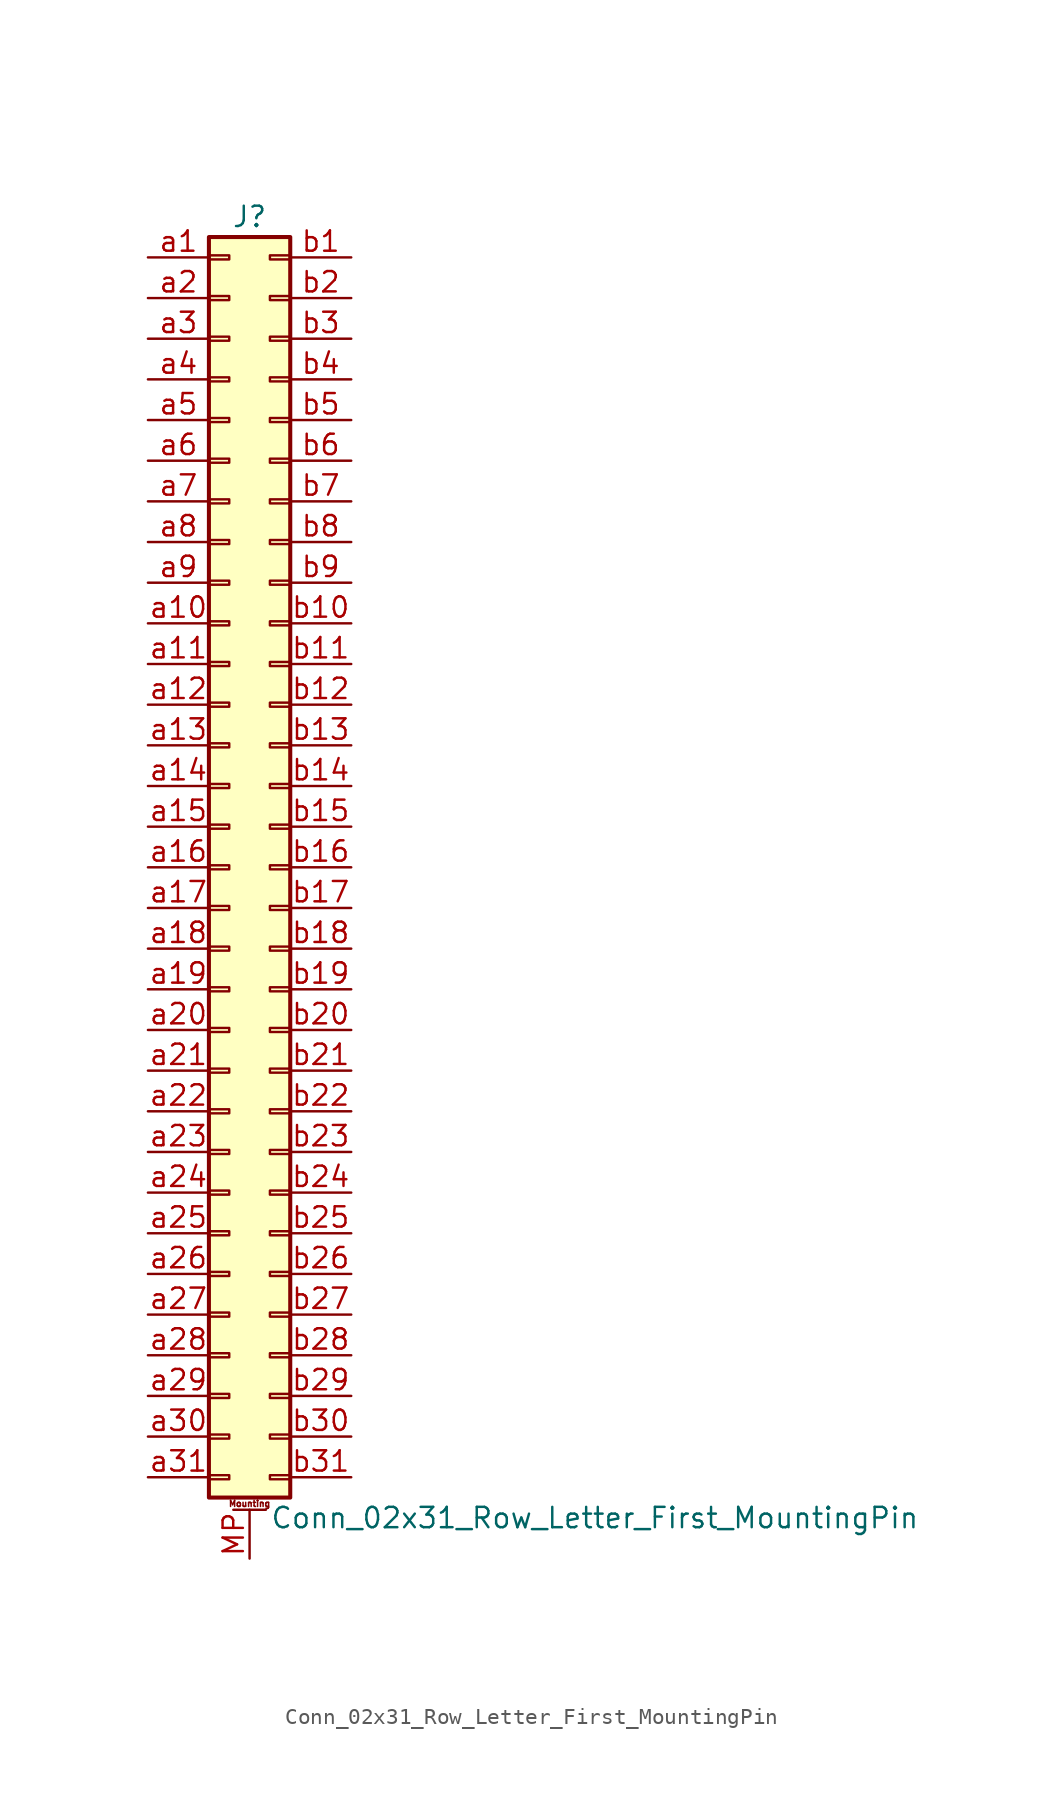
<source format=kicad_sym>
(kicad_symbol_lib
  (version 20220914)
  (generator kicad_symbol_editor)
  (symbol "Conn_02x31_Row_Letter_First_MountingPin"
    (pin_names
      (offset 1.016) hide)
    (property "Reference" "J"
      (at 1.27 40.64 0)
      (effects (font (size 1.27 1.27))))
    (property "Value" "Conn_02x31_Row_Letter_First_MountingPin"
      (at 2.54 -40.64 0)
      (effects (font (size 1.27 1.27)) (justify left)))
    (symbol "Conn_02x31_Row_Letter_First_MountingPin_1_1"
      (rectangle (start -1.27 -37.973) (end 0 -38.227) (stroke (width 0.152) (type default)) (fill (type none)))
      (rectangle (start -1.27 -35.433) (end 0 -35.687) (stroke (width 0.152) (type default)) (fill (type none)))
      (rectangle (start -1.27 -32.893) (end 0 -33.147) (stroke (width 0.152) (type default)) (fill (type none)))
      (rectangle (start -1.27 -30.353) (end 0 -30.607) (stroke (width 0.152) (type default)) (fill (type none)))
      (rectangle (start -1.27 -27.813) (end 0 -28.067) (stroke (width 0.152) (type default)) (fill (type none)))
      (rectangle (start -1.27 -25.273) (end 0 -25.527) (stroke (width 0.152) (type default)) (fill (type none)))
      (rectangle (start -1.27 -22.733) (end 0 -22.987) (stroke (width 0.152) (type default)) (fill (type none)))
      (rectangle (start -1.27 -20.193) (end 0 -20.447) (stroke (width 0.152) (type default)) (fill (type none)))
      (rectangle (start -1.27 -17.653) (end 0 -17.907) (stroke (width 0.152) (type default)) (fill (type none)))
      (rectangle (start -1.27 -15.113) (end 0 -15.367) (stroke (width 0.152) (type default)) (fill (type none)))
      (rectangle (start -1.27 -12.573) (end 0 -12.827) (stroke (width 0.152) (type default)) (fill (type none)))
      (rectangle (start -1.27 -10.033) (end 0 -10.287) (stroke (width 0.152) (type default)) (fill (type none)))
      (rectangle (start -1.27 -7.493) (end 0 -7.747) (stroke (width 0.152) (type default)) (fill (type none)))
      (rectangle (start -1.27 -4.953) (end 0 -5.207) (stroke (width 0.152) (type default)) (fill (type none)))
      (rectangle (start -1.27 -2.413) (end 0 -2.667) (stroke (width 0.152) (type default)) (fill (type none)))
      (rectangle (start -1.27 0.127) (end 0 -0.127) (stroke (width 0.152) (type default)) (fill (type none)))
      (rectangle (start -1.27 2.667) (end 0 2.413) (stroke (width 0.152) (type default)) (fill (type none)))
      (rectangle (start -1.27 5.207) (end 0 4.953) (stroke (width 0.152) (type default)) (fill (type none)))
      (rectangle (start -1.27 7.747) (end 0 7.493) (stroke (width 0.152) (type default)) (fill (type none)))
      (rectangle (start -1.27 10.287) (end 0 10.033) (stroke (width 0.152) (type default)) (fill (type none)))
      (rectangle (start -1.27 12.827) (end 0 12.573) (stroke (width 0.152) (type default)) (fill (type none)))
      (rectangle (start -1.27 15.367) (end 0 15.113) (stroke (width 0.152) (type default)) (fill (type none)))
      (rectangle (start -1.27 17.907) (end 0 17.653) (stroke (width 0.152) (type default)) (fill (type none)))
      (rectangle (start -1.27 20.447) (end 0 20.193) (stroke (width 0.152) (type default)) (fill (type none)))
      (rectangle (start -1.27 22.987) (end 0 22.733) (stroke (width 0.152) (type default)) (fill (type none)))
      (rectangle (start -1.27 25.527) (end 0 25.273) (stroke (width 0.152) (type default)) (fill (type none)))
      (rectangle (start -1.27 28.067) (end 0 27.813) (stroke (width 0.152) (type default)) (fill (type none)))
      (rectangle (start -1.27 30.607) (end 0 30.353) (stroke (width 0.152) (type default)) (fill (type none)))
      (rectangle (start -1.27 33.147) (end 0 32.893) (stroke (width 0.152) (type default)) (fill (type none)))
      (rectangle (start -1.27 35.687) (end 0 35.433) (stroke (width 0.152) (type default)) (fill (type none)))
      (rectangle (start -1.27 38.227) (end 0 37.973) (stroke (width 0.152) (type default)) (fill (type none)))
      (rectangle (start -1.27 39.37) (end 3.81 -39.37) (stroke (width 0.254) (type default)) (fill (type background)))
      (polyline (pts (xy 0.254 -40.132) (xy 2.286 -40.132)) (stroke (width 0.152) (type default)) (fill (type none)))
      (rectangle (start 3.81 -37.973) (end 2.54 -38.227) (stroke (width 0.152) (type default)) (fill (type none)))
      (rectangle (start 3.81 -35.433) (end 2.54 -35.687) (stroke (width 0.152) (type default)) (fill (type none)))
      (rectangle (start 3.81 -32.893) (end 2.54 -33.147) (stroke (width 0.152) (type default)) (fill (type none)))
      (rectangle (start 3.81 -30.353) (end 2.54 -30.607) (stroke (width 0.152) (type default)) (fill (type none)))
      (rectangle (start 3.81 -27.813) (end 2.54 -28.067) (stroke (width 0.152) (type default)) (fill (type none)))
      (rectangle (start 3.81 -25.273) (end 2.54 -25.527) (stroke (width 0.152) (type default)) (fill (type none)))
      (rectangle (start 3.81 -22.733) (end 2.54 -22.987) (stroke (width 0.152) (type default)) (fill (type none)))
      (rectangle (start 3.81 -20.193) (end 2.54 -20.447) (stroke (width 0.152) (type default)) (fill (type none)))
      (rectangle (start 3.81 -17.653) (end 2.54 -17.907) (stroke (width 0.152) (type default)) (fill (type none)))
      (rectangle (start 3.81 -15.113) (end 2.54 -15.367) (stroke (width 0.152) (type default)) (fill (type none)))
      (rectangle (start 3.81 -12.573) (end 2.54 -12.827) (stroke (width 0.152) (type default)) (fill (type none)))
      (rectangle (start 3.81 -10.033) (end 2.54 -10.287) (stroke (width 0.152) (type default)) (fill (type none)))
      (rectangle (start 3.81 -7.493) (end 2.54 -7.747) (stroke (width 0.152) (type default)) (fill (type none)))
      (rectangle (start 3.81 -4.953) (end 2.54 -5.207) (stroke (width 0.152) (type default)) (fill (type none)))
      (rectangle (start 3.81 -2.413) (end 2.54 -2.667) (stroke (width 0.152) (type default)) (fill (type none)))
      (rectangle (start 3.81 0.127) (end 2.54 -0.127) (stroke (width 0.152) (type default)) (fill (type none)))
      (rectangle (start 3.81 2.667) (end 2.54 2.413) (stroke (width 0.152) (type default)) (fill (type none)))
      (rectangle (start 3.81 5.207) (end 2.54 4.953) (stroke (width 0.152) (type default)) (fill (type none)))
      (rectangle (start 3.81 7.747) (end 2.54 7.493) (stroke (width 0.152) (type default)) (fill (type none)))
      (rectangle (start 3.81 10.287) (end 2.54 10.033) (stroke (width 0.152) (type default)) (fill (type none)))
      (rectangle (start 3.81 12.827) (end 2.54 12.573) (stroke (width 0.152) (type default)) (fill (type none)))
      (rectangle (start 3.81 15.367) (end 2.54 15.113) (stroke (width 0.152) (type default)) (fill (type none)))
      (rectangle (start 3.81 17.907) (end 2.54 17.653) (stroke (width 0.152) (type default)) (fill (type none)))
      (rectangle (start 3.81 20.447) (end 2.54 20.193) (stroke (width 0.152) (type default)) (fill (type none)))
      (rectangle (start 3.81 22.987) (end 2.54 22.733) (stroke (width 0.152) (type default)) (fill (type none)))
      (rectangle (start 3.81 25.527) (end 2.54 25.273) (stroke (width 0.152) (type default)) (fill (type none)))
      (rectangle (start 3.81 28.067) (end 2.54 27.813) (stroke (width 0.152) (type default)) (fill (type none)))
      (rectangle (start 3.81 30.607) (end 2.54 30.353) (stroke (width 0.152) (type default)) (fill (type none)))
      (rectangle (start 3.81 33.147) (end 2.54 32.893) (stroke (width 0.152) (type default)) (fill (type none)))
      (rectangle (start 3.81 35.687) (end 2.54 35.433) (stroke (width 0.152) (type default)) (fill (type none)))
      (rectangle (start 3.81 38.227) (end 2.54 37.973) (stroke (width 0.152) (type default)) (fill (type none)))
      (text "Mounting" (at 1.27 -39.751 0) (effects (font (size 0.381 0.381))))
      (pin passive line (at 1.27 -43.18 90) (length 3.048) (name "MountPin" (effects (font (size 1.27 1.27)))) (number "MP" (effects (font (size 1.27 1.27)))))
      (pin passive line (at -5.08 38.1 0) (length 3.81) (name "Pin_a1" (effects (font (size 1.27 1.27)))) (number "a1" (effects (font (size 1.27 1.27)))))
      (pin passive line (at -5.08 15.24 0) (length 3.81) (name "Pin_a10" (effects (font (size 1.27 1.27)))) (number "a10" (effects (font (size 1.27 1.27)))))
      (pin passive line (at -5.08 12.7 0) (length 3.81) (name "Pin_a11" (effects (font (size 1.27 1.27)))) (number "a11" (effects (font (size 1.27 1.27)))))
      (pin passive line (at -5.08 10.16 0) (length 3.81) (name "Pin_a12" (effects (font (size 1.27 1.27)))) (number "a12" (effects (font (size 1.27 1.27)))))
      (pin passive line (at -5.08 7.62 0) (length 3.81) (name "Pin_a13" (effects (font (size 1.27 1.27)))) (number "a13" (effects (font (size 1.27 1.27)))))
      (pin passive line (at -5.08 5.08 0) (length 3.81) (name "Pin_a14" (effects (font (size 1.27 1.27)))) (number "a14" (effects (font (size 1.27 1.27)))))
      (pin passive line (at -5.08 2.54 0) (length 3.81) (name "Pin_a15" (effects (font (size 1.27 1.27)))) (number "a15" (effects (font (size 1.27 1.27)))))
      (pin passive line (at -5.08 0 0) (length 3.81) (name "Pin_a16" (effects (font (size 1.27 1.27)))) (number "a16" (effects (font (size 1.27 1.27)))))
      (pin passive line (at -5.08 -2.54 0) (length 3.81) (name "Pin_a17" (effects (font (size 1.27 1.27)))) (number "a17" (effects (font (size 1.27 1.27)))))
      (pin passive line (at -5.08 -5.08 0) (length 3.81) (name "Pin_a18" (effects (font (size 1.27 1.27)))) (number "a18" (effects (font (size 1.27 1.27)))))
      (pin passive line (at -5.08 -7.62 0) (length 3.81) (name "Pin_a19" (effects (font (size 1.27 1.27)))) (number "a19" (effects (font (size 1.27 1.27)))))
      (pin passive line (at -5.08 35.56 0) (length 3.81) (name "Pin_a2" (effects (font (size 1.27 1.27)))) (number "a2" (effects (font (size 1.27 1.27)))))
      (pin passive line (at -5.08 -10.16 0) (length 3.81) (name "Pin_a20" (effects (font (size 1.27 1.27)))) (number "a20" (effects (font (size 1.27 1.27)))))
      (pin passive line (at -5.08 -12.7 0) (length 3.81) (name "Pin_a21" (effects (font (size 1.27 1.27)))) (number "a21" (effects (font (size 1.27 1.27)))))
      (pin passive line (at -5.08 -15.24 0) (length 3.81) (name "Pin_a22" (effects (font (size 1.27 1.27)))) (number "a22" (effects (font (size 1.27 1.27)))))
      (pin passive line (at -5.08 -17.78 0) (length 3.81) (name "Pin_a23" (effects (font (size 1.27 1.27)))) (number "a23" (effects (font (size 1.27 1.27)))))
      (pin passive line (at -5.08 -20.32 0) (length 3.81) (name "Pin_a24" (effects (font (size 1.27 1.27)))) (number "a24" (effects (font (size 1.27 1.27)))))
      (pin passive line (at -5.08 -22.86 0) (length 3.81) (name "Pin_a25" (effects (font (size 1.27 1.27)))) (number "a25" (effects (font (size 1.27 1.27)))))
      (pin passive line (at -5.08 -25.4 0) (length 3.81) (name "Pin_a26" (effects (font (size 1.27 1.27)))) (number "a26" (effects (font (size 1.27 1.27)))))
      (pin passive line (at -5.08 -27.94 0) (length 3.81) (name "Pin_a27" (effects (font (size 1.27 1.27)))) (number "a27" (effects (font (size 1.27 1.27)))))
      (pin passive line (at -5.08 -30.48 0) (length 3.81) (name "Pin_a28" (effects (font (size 1.27 1.27)))) (number "a28" (effects (font (size 1.27 1.27)))))
      (pin passive line (at -5.08 -33.02 0) (length 3.81) (name "Pin_a29" (effects (font (size 1.27 1.27)))) (number "a29" (effects (font (size 1.27 1.27)))))
      (pin passive line (at -5.08 33.02 0) (length 3.81) (name "Pin_a3" (effects (font (size 1.27 1.27)))) (number "a3" (effects (font (size 1.27 1.27)))))
      (pin passive line (at -5.08 -35.56 0) (length 3.81) (name "Pin_a30" (effects (font (size 1.27 1.27)))) (number "a30" (effects (font (size 1.27 1.27)))))
      (pin passive line (at -5.08 -38.1 0) (length 3.81) (name "Pin_a31" (effects (font (size 1.27 1.27)))) (number "a31" (effects (font (size 1.27 1.27)))))
      (pin passive line (at -5.08 30.48 0) (length 3.81) (name "Pin_a4" (effects (font (size 1.27 1.27)))) (number "a4" (effects (font (size 1.27 1.27)))))
      (pin passive line (at -5.08 27.94 0) (length 3.81) (name "Pin_a5" (effects (font (size 1.27 1.27)))) (number "a5" (effects (font (size 1.27 1.27)))))
      (pin passive line (at -5.08 25.4 0) (length 3.81) (name "Pin_a6" (effects (font (size 1.27 1.27)))) (number "a6" (effects (font (size 1.27 1.27)))))
      (pin passive line (at -5.08 22.86 0) (length 3.81) (name "Pin_a7" (effects (font (size 1.27 1.27)))) (number "a7" (effects (font (size 1.27 1.27)))))
      (pin passive line (at -5.08 20.32 0) (length 3.81) (name "Pin_a8" (effects (font (size 1.27 1.27)))) (number "a8" (effects (font (size 1.27 1.27)))))
      (pin passive line (at -5.08 17.78 0) (length 3.81) (name "Pin_a9" (effects (font (size 1.27 1.27)))) (number "a9" (effects (font (size 1.27 1.27)))))
      (pin passive line (at 7.62 38.1 180) (length 3.81) (name "Pin_b1" (effects (font (size 1.27 1.27)))) (number "b1" (effects (font (size 1.27 1.27)))))
      (pin passive line (at 7.62 15.24 180) (length 3.81) (name "Pin_b10" (effects (font (size 1.27 1.27)))) (number "b10" (effects (font (size 1.27 1.27)))))
      (pin passive line (at 7.62 12.7 180) (length 3.81) (name "Pin_b11" (effects (font (size 1.27 1.27)))) (number "b11" (effects (font (size 1.27 1.27)))))
      (pin passive line (at 7.62 10.16 180) (length 3.81) (name "Pin_b12" (effects (font (size 1.27 1.27)))) (number "b12" (effects (font (size 1.27 1.27)))))
      (pin passive line (at 7.62 7.62 180) (length 3.81) (name "Pin_b13" (effects (font (size 1.27 1.27)))) (number "b13" (effects (font (size 1.27 1.27)))))
      (pin passive line (at 7.62 5.08 180) (length 3.81) (name "Pin_b14" (effects (font (size 1.27 1.27)))) (number "b14" (effects (font (size 1.27 1.27)))))
      (pin passive line (at 7.62 2.54 180) (length 3.81) (name "Pin_b15" (effects (font (size 1.27 1.27)))) (number "b15" (effects (font (size 1.27 1.27)))))
      (pin passive line (at 7.62 0 180) (length 3.81) (name "Pin_b16" (effects (font (size 1.27 1.27)))) (number "b16" (effects (font (size 1.27 1.27)))))
      (pin passive line (at 7.62 -2.54 180) (length 3.81) (name "Pin_b17" (effects (font (size 1.27 1.27)))) (number "b17" (effects (font (size 1.27 1.27)))))
      (pin passive line (at 7.62 -5.08 180) (length 3.81) (name "Pin_b18" (effects (font (size 1.27 1.27)))) (number "b18" (effects (font (size 1.27 1.27)))))
      (pin passive line (at 7.62 -7.62 180) (length 3.81) (name "Pin_b19" (effects (font (size 1.27 1.27)))) (number "b19" (effects (font (size 1.27 1.27)))))
      (pin passive line (at 7.62 35.56 180) (length 3.81) (name "Pin_b2" (effects (font (size 1.27 1.27)))) (number "b2" (effects (font (size 1.27 1.27)))))
      (pin passive line (at 7.62 -10.16 180) (length 3.81) (name "Pin_b20" (effects (font (size 1.27 1.27)))) (number "b20" (effects (font (size 1.27 1.27)))))
      (pin passive line (at 7.62 -12.7 180) (length 3.81) (name "Pin_b21" (effects (font (size 1.27 1.27)))) (number "b21" (effects (font (size 1.27 1.27)))))
      (pin passive line (at 7.62 -15.24 180) (length 3.81) (name "Pin_b22" (effects (font (size 1.27 1.27)))) (number "b22" (effects (font (size 1.27 1.27)))))
      (pin passive line (at 7.62 -17.78 180) (length 3.81) (name "Pin_b23" (effects (font (size 1.27 1.27)))) (number "b23" (effects (font (size 1.27 1.27)))))
      (pin passive line (at 7.62 -20.32 180) (length 3.81) (name "Pin_b24" (effects (font (size 1.27 1.27)))) (number "b24" (effects (font (size 1.27 1.27)))))
      (pin passive line (at 7.62 -22.86 180) (length 3.81) (name "Pin_b25" (effects (font (size 1.27 1.27)))) (number "b25" (effects (font (size 1.27 1.27)))))
      (pin passive line (at 7.62 -25.4 180) (length 3.81) (name "Pin_b26" (effects (font (size 1.27 1.27)))) (number "b26" (effects (font (size 1.27 1.27)))))
      (pin passive line (at 7.62 -27.94 180) (length 3.81) (name "Pin_b27" (effects (font (size 1.27 1.27)))) (number "b27" (effects (font (size 1.27 1.27)))))
      (pin passive line (at 7.62 -30.48 180) (length 3.81) (name "Pin_b28" (effects (font (size 1.27 1.27)))) (number "b28" (effects (font (size 1.27 1.27)))))
      (pin passive line (at 7.62 -33.02 180) (length 3.81) (name "Pin_b29" (effects (font (size 1.27 1.27)))) (number "b29" (effects (font (size 1.27 1.27)))))
      (pin passive line (at 7.62 33.02 180) (length 3.81) (name "Pin_b3" (effects (font (size 1.27 1.27)))) (number "b3" (effects (font (size 1.27 1.27)))))
      (pin passive line (at 7.62 -35.56 180) (length 3.81) (name "Pin_b30" (effects (font (size 1.27 1.27)))) (number "b30" (effects (font (size 1.27 1.27)))))
      (pin passive line (at 7.62 -38.1 180) (length 3.81) (name "Pin_b31" (effects (font (size 1.27 1.27)))) (number "b31" (effects (font (size 1.27 1.27)))))
      (pin passive line (at 7.62 30.48 180) (length 3.81) (name "Pin_b4" (effects (font (size 1.27 1.27)))) (number "b4" (effects (font (size 1.27 1.27)))))
      (pin passive line (at 7.62 27.94 180) (length 3.81) (name "Pin_b5" (effects (font (size 1.27 1.27)))) (number "b5" (effects (font (size 1.27 1.27)))))
      (pin passive line (at 7.62 25.4 180) (length 3.81) (name "Pin_b6" (effects (font (size 1.27 1.27)))) (number "b6" (effects (font (size 1.27 1.27)))))
      (pin passive line (at 7.62 22.86 180) (length 3.81) (name "Pin_b7" (effects (font (size 1.27 1.27)))) (number "b7" (effects (font (size 1.27 1.27)))))
      (pin passive line (at 7.62 20.32 180) (length 3.81) (name "Pin_b8" (effects (font (size 1.27 1.27)))) (number "b8" (effects (font (size 1.27 1.27)))))
      (pin passive line (at 7.62 17.78 180) (length 3.81) (name "Pin_b9" (effects (font (size 1.27 1.27)))) (number "b9" (effects (font (size 1.27 1.27))))))))
</source>
